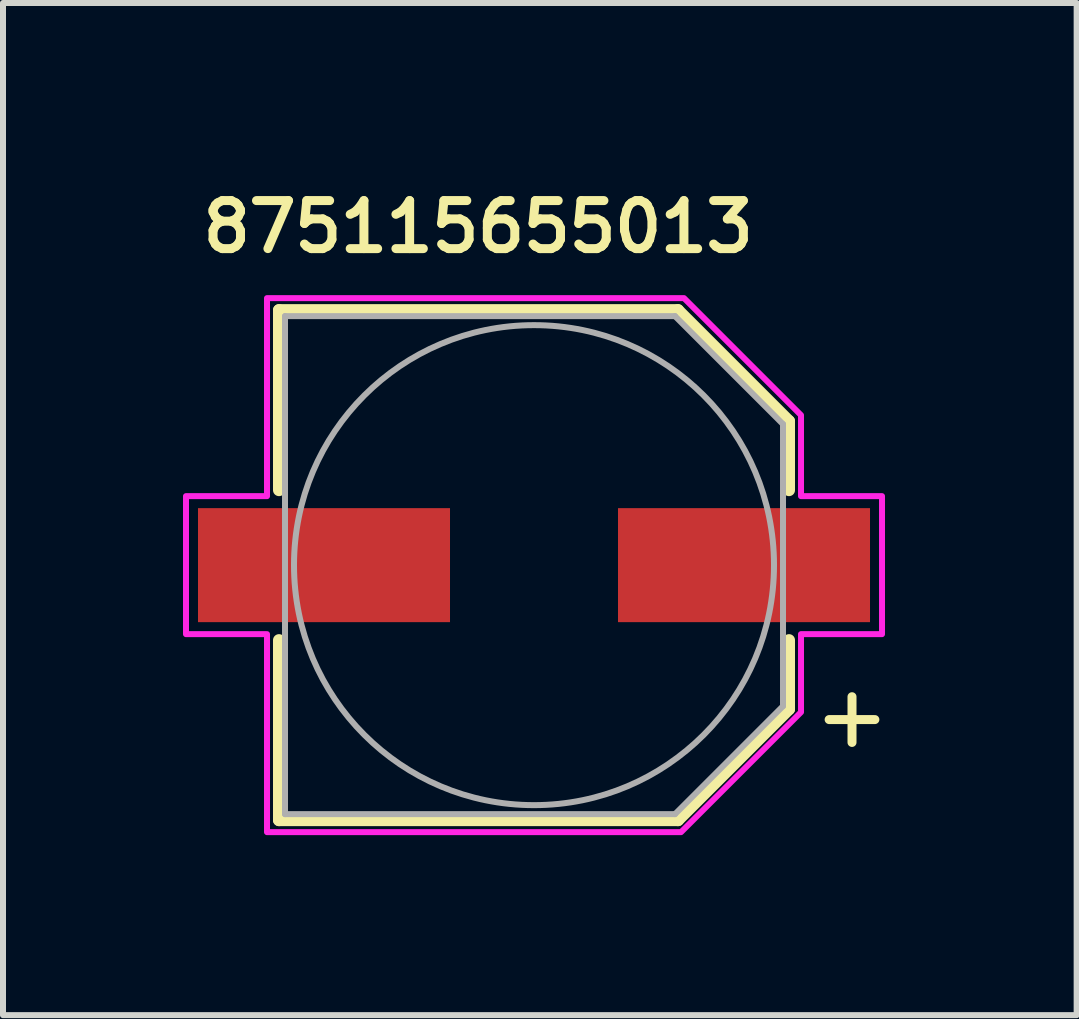
<source format=kicad_pcb>
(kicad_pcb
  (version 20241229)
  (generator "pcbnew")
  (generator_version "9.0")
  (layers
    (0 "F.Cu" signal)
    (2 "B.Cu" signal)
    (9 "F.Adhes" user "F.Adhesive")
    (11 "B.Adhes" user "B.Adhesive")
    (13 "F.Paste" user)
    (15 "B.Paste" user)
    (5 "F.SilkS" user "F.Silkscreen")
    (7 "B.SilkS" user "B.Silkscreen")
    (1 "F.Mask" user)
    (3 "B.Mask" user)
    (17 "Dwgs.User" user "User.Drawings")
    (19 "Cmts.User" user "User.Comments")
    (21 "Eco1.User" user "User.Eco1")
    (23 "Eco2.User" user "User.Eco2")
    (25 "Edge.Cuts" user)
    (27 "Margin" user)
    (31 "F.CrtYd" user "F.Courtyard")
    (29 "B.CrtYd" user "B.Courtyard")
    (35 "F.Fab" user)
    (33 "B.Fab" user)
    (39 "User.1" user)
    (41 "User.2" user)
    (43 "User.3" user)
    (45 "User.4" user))
  (footprint "875115655013"
    (layer "F.Cu")
    (at 5.85 6.369)
    (property "Reference" "875115655013" (at -0.93 -5.638 0) (layer "F.SilkS") (effects (font (size 0.8 0.8) (thickness 0.15))))
    (attr smd)
    (fp_line (start -4.25 -4.25) (end -4.25 -1.25) (stroke (width 0.2) (type solid)) (layer "F.SilkS"))
    (fp_line (start -4.25 -4.25) (end 2.4 -4.25) (stroke (width 0.2) (type solid)) (layer "F.SilkS"))
    (fp_line (start -4.25 4.25) (end -4.25 1.25) (stroke (width 0.2) (type solid)) (layer "F.SilkS"))
    (fp_line (start -4.25 4.25) (end 2.4 4.25) (stroke (width 0.2) (type solid)) (layer "F.SilkS"))
    (fp_line (start 2.4 -4.25) (end 4.25 -2.4) (stroke (width 0.2) (type solid)) (layer "F.SilkS"))
    (fp_line (start 2.4 4.25) (end 4.25 2.4) (stroke (width 0.2) (type solid)) (layer "F.SilkS"))
    (fp_line (start 4.25 -2.4) (end 4.25 -1.25) (stroke (width 0.2) (type solid)) (layer "F.SilkS"))
    (fp_line (start 4.25 2.4) (end 4.25 1.25) (stroke (width 0.2) (type solid)) (layer "F.SilkS"))
    (fp_poly (pts (xy -4.45 -4.45) (xy -4.45 -1.15) (xy -5.8 -1.15) (xy -5.8 1.15) (xy -4.45 1.15) (xy -4.45 4.45) (xy 2.45 4.45) (xy 4.45 2.45) (xy 4.45 1.15) (xy 5.8 1.15) (xy 5.8 -1.15) (xy 4.45 -1.15) (xy 4.45 -2.5) (xy 2.5 -4.45)) (stroke (width 0.1) (type solid)) (fill no) (layer "F.CrtYd"))
    (fp_line (start -4.15 -4.15) (end -4.15 4.15) (stroke (width 0.1) (type solid)) (layer "F.Fab"))
    (fp_line (start -4.15 4.15) (end 2.35 4.15) (stroke (width 0.1) (type solid)) (layer "F.Fab"))
    (fp_line (start 2.35 -4.15) (end -4.15 -4.15) (stroke (width 0.1) (type solid)) (layer "F.Fab"))
    (fp_line (start 2.35 4.15) (end 4.15 2.35) (stroke (width 0.1) (type solid)) (layer "F.Fab"))
    (fp_line (start 4.15 -2.35) (end 2.35 -4.15) (stroke (width 0.1) (type solid)) (layer "F.Fab"))
    (fp_line (start 4.15 2.35) (end 4.15 -2.35) (stroke (width 0.1) (type solid)) (layer "F.Fab"))
    (fp_circle (center 0 0) (end 4 0) (stroke (width 0.1) (type solid)) (fill no) (layer "F.Fab"))
    (fp_text user "+" (at 5.3 2.5 0) (layer "F.SilkS") (effects (font (size 1 1) (thickness 0.15))))
    (pad "1" smd rect (at 3.5 0) (size 4.2 1.9) (layers "F.Cu" "F.Mask" "F.Paste"))
    (pad "2" smd rect (at -3.5 0) (size 4.2 1.9) (layers "F.Cu" "F.Mask" "F.Paste")))
  (gr_rect
    (start -3 -3)
    (end 14.894 13.869)
    (stroke (width 0.1) (type default))
    (fill no)
    (layer "Edge.Cuts")))
</source>
